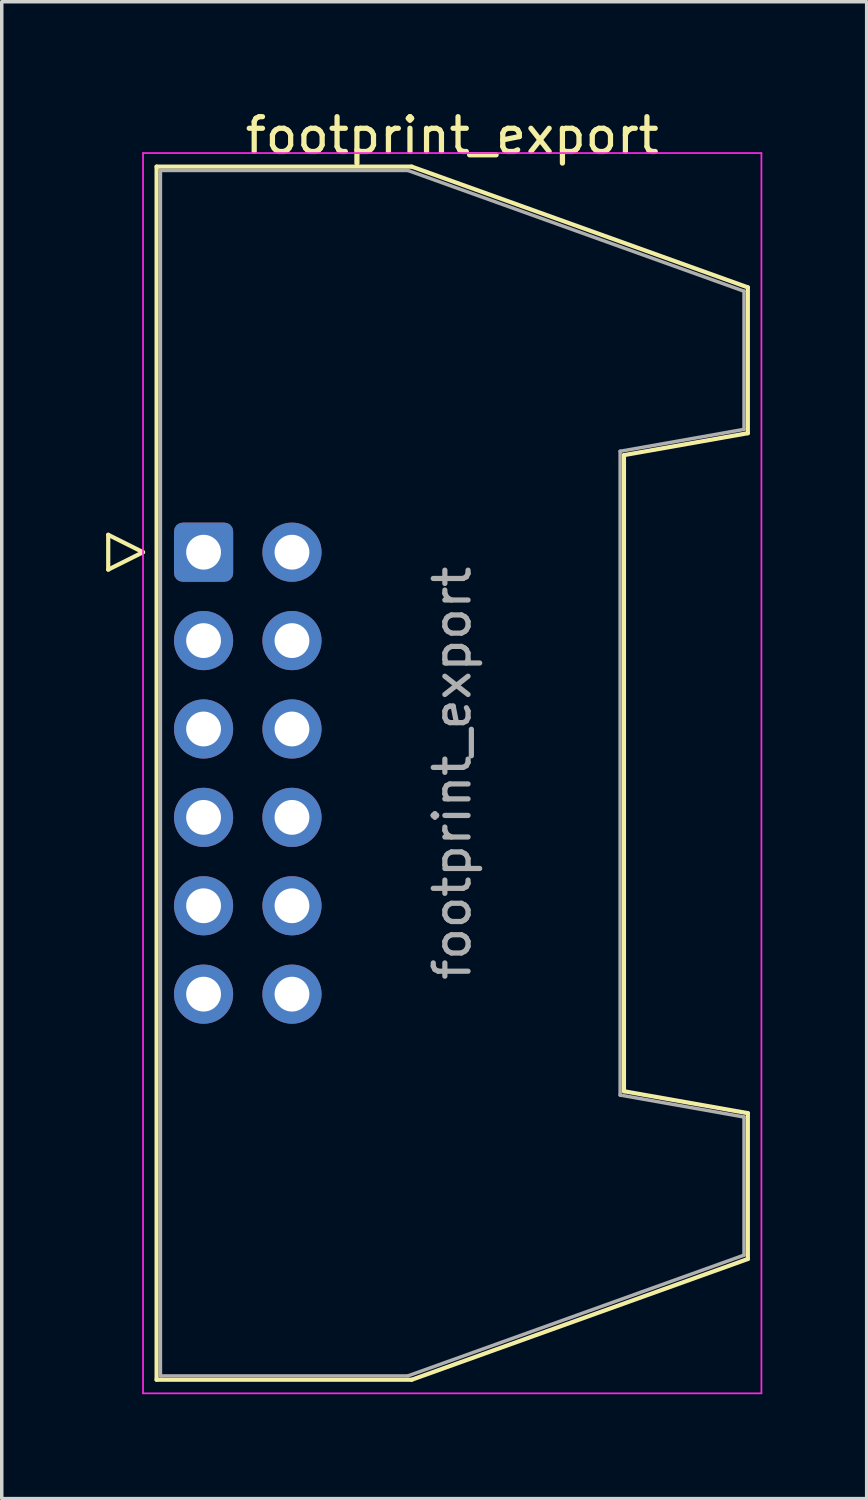
<source format=kicad_pcb>
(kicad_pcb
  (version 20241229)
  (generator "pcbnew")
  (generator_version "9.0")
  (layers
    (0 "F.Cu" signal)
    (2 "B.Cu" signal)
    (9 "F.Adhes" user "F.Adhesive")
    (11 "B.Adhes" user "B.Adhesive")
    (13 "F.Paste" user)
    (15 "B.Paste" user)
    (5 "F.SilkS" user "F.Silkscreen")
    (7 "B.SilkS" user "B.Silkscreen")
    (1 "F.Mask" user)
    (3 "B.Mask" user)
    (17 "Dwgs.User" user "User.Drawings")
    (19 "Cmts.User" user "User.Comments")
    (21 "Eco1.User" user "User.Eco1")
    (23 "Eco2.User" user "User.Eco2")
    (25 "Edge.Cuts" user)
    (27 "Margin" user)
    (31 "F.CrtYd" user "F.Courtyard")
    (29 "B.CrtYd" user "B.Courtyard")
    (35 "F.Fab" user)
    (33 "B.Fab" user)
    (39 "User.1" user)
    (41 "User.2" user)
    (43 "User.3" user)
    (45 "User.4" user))
  (footprint "footprint_export"
    (layer "F.Cu")
    (at 2.8 12.818)
    (property "Reference" "footprint_export" (at 7.145 -11.97 0) (layer "F.SilkS") (effects (font (size 1 1) (thickness 0.15))))
    (attr through_hole)
    (fp_line (start -2.74 -0.5) (end -2.74 0.5) (stroke (width 0.12) (type solid)) (layer "F.SilkS"))
    (fp_line (start -2.74 0.5) (end -1.74 0) (stroke (width 0.12) (type solid)) (layer "F.SilkS"))
    (fp_line (start -1.74 0) (end -2.74 -0.5) (stroke (width 0.12) (type solid)) (layer "F.SilkS"))
    (fp_line (start -1.35 -11.08) (end 5.98 -11.08) (stroke (width 0.12) (type solid)) (layer "F.SilkS"))
    (fp_line (start -1.35 23.78) (end -1.35 -11.08) (stroke (width 0.12) (type solid)) (layer "F.SilkS"))
    (fp_line (start 5.98 -11.08) (end 15.64 -7.61) (stroke (width 0.12) (type solid)) (layer "F.SilkS"))
    (fp_line (start 5.98 23.78) (end -1.35 23.78) (stroke (width 0.12) (type solid)) (layer "F.SilkS"))
    (fp_line (start 12.08 -2.79) (end 12.08 15.49) (stroke (width 0.12) (type solid)) (layer "F.SilkS"))
    (fp_line (start 12.08 15.49) (end 15.64 16.12) (stroke (width 0.12) (type solid)) (layer "F.SilkS"))
    (fp_line (start 15.64 -7.61) (end 15.64 -3.42) (stroke (width 0.12) (type solid)) (layer "F.SilkS"))
    (fp_line (start 15.64 -3.42) (end 12.08 -2.79) (stroke (width 0.12) (type solid)) (layer "F.SilkS"))
    (fp_line (start 15.64 16.12) (end 15.64 20.31) (stroke (width 0.12) (type solid)) (layer "F.SilkS"))
    (fp_line (start 15.64 20.31) (end 5.98 23.78) (stroke (width 0.12) (type solid)) (layer "F.SilkS"))
    (fp_line (start -1.74 -11.47) (end -1.74 24.17) (stroke (width 0.05) (type solid)) (layer "F.CrtYd"))
    (fp_line (start -1.74 24.17) (end 16.03 24.17) (stroke (width 0.05) (type solid)) (layer "F.CrtYd"))
    (fp_line (start 16.03 -11.47) (end -1.74 -11.47) (stroke (width 0.05) (type solid)) (layer "F.CrtYd"))
    (fp_line (start 16.03 24.17) (end 16.03 -11.47) (stroke (width 0.05) (type solid)) (layer "F.CrtYd"))
    (fp_line (start -1.24 -10.97) (end 5.87 -10.97) (stroke (width 0.1) (type solid)) (layer "F.Fab"))
    (fp_line (start -1.24 23.67) (end -1.24 -10.97) (stroke (width 0.1) (type solid)) (layer "F.Fab"))
    (fp_line (start 5.87 -10.97) (end 15.53 -7.5) (stroke (width 0.1) (type solid)) (layer "F.Fab"))
    (fp_line (start 5.87 23.67) (end -1.24 23.67) (stroke (width 0.1) (type solid)) (layer "F.Fab"))
    (fp_line (start 11.97 -2.9) (end 11.97 15.6) (stroke (width 0.1) (type solid)) (layer "F.Fab"))
    (fp_line (start 11.97 15.6) (end 15.53 16.23) (stroke (width 0.1) (type solid)) (layer "F.Fab"))
    (fp_line (start 15.53 -7.5) (end 15.53 -3.53) (stroke (width 0.1) (type solid)) (layer "F.Fab"))
    (fp_line (start 15.53 -3.53) (end 11.97 -2.9) (stroke (width 0.1) (type solid)) (layer "F.Fab"))
    (fp_line (start 15.53 16.23) (end 15.53 20.2) (stroke (width 0.1) (type solid)) (layer "F.Fab"))
    (fp_line (start 15.53 20.2) (end 5.87 23.67) (stroke (width 0.1) (type solid)) (layer "F.Fab"))
    (fp_text user "${REFERENCE}" (at 7.145 6.35 90) (layer "F.Fab") (effects (font (size 1 1) (thickness 0.15))))
    (pad "1" thru_hole roundrect (at 0 0) (size 1.7 1.7) (drill 1) (layers "*.Cu" "*.Mask") (roundrect_rratio 0.147))
    (pad "2" thru_hole circle (at 2.54 0) (size 1.7 1.7) (drill 1) (layers "*.Cu" "*.Mask"))
    (pad "3" thru_hole circle (at 0 2.54) (size 1.7 1.7) (drill 1) (layers "*.Cu" "*.Mask"))
    (pad "4" thru_hole circle (at 2.54 2.54) (size 1.7 1.7) (drill 1) (layers "*.Cu" "*.Mask"))
    (pad "5" thru_hole circle (at 0 5.08) (size 1.7 1.7) (drill 1) (layers "*.Cu" "*.Mask"))
    (pad "6" thru_hole circle (at 2.54 5.08) (size 1.7 1.7) (drill 1) (layers "*.Cu" "*.Mask"))
    (pad "7" thru_hole circle (at 0 7.62) (size 1.7 1.7) (drill 1) (layers "*.Cu" "*.Mask"))
    (pad "8" thru_hole circle (at 2.54 7.62) (size 1.7 1.7) (drill 1) (layers "*.Cu" "*.Mask"))
    (pad "9" thru_hole circle (at 0 10.16) (size 1.7 1.7) (drill 1) (layers "*.Cu" "*.Mask"))
    (pad "10" thru_hole circle (at 2.54 10.16) (size 1.7 1.7) (drill 1) (layers "*.Cu" "*.Mask"))
    (pad "11" thru_hole circle (at 0 12.7) (size 1.7 1.7) (drill 1) (layers "*.Cu" "*.Mask"))
    (pad "12" thru_hole circle (at 2.54 12.7) (size 1.7 1.7) (drill 1) (layers "*.Cu" "*.Mask")))
  (gr_rect
    (start -3 -3)
    (end 21.855 40.013)
    (stroke (width 0.1) (type default))
    (fill no)
    (layer "Edge.Cuts")))
</source>
